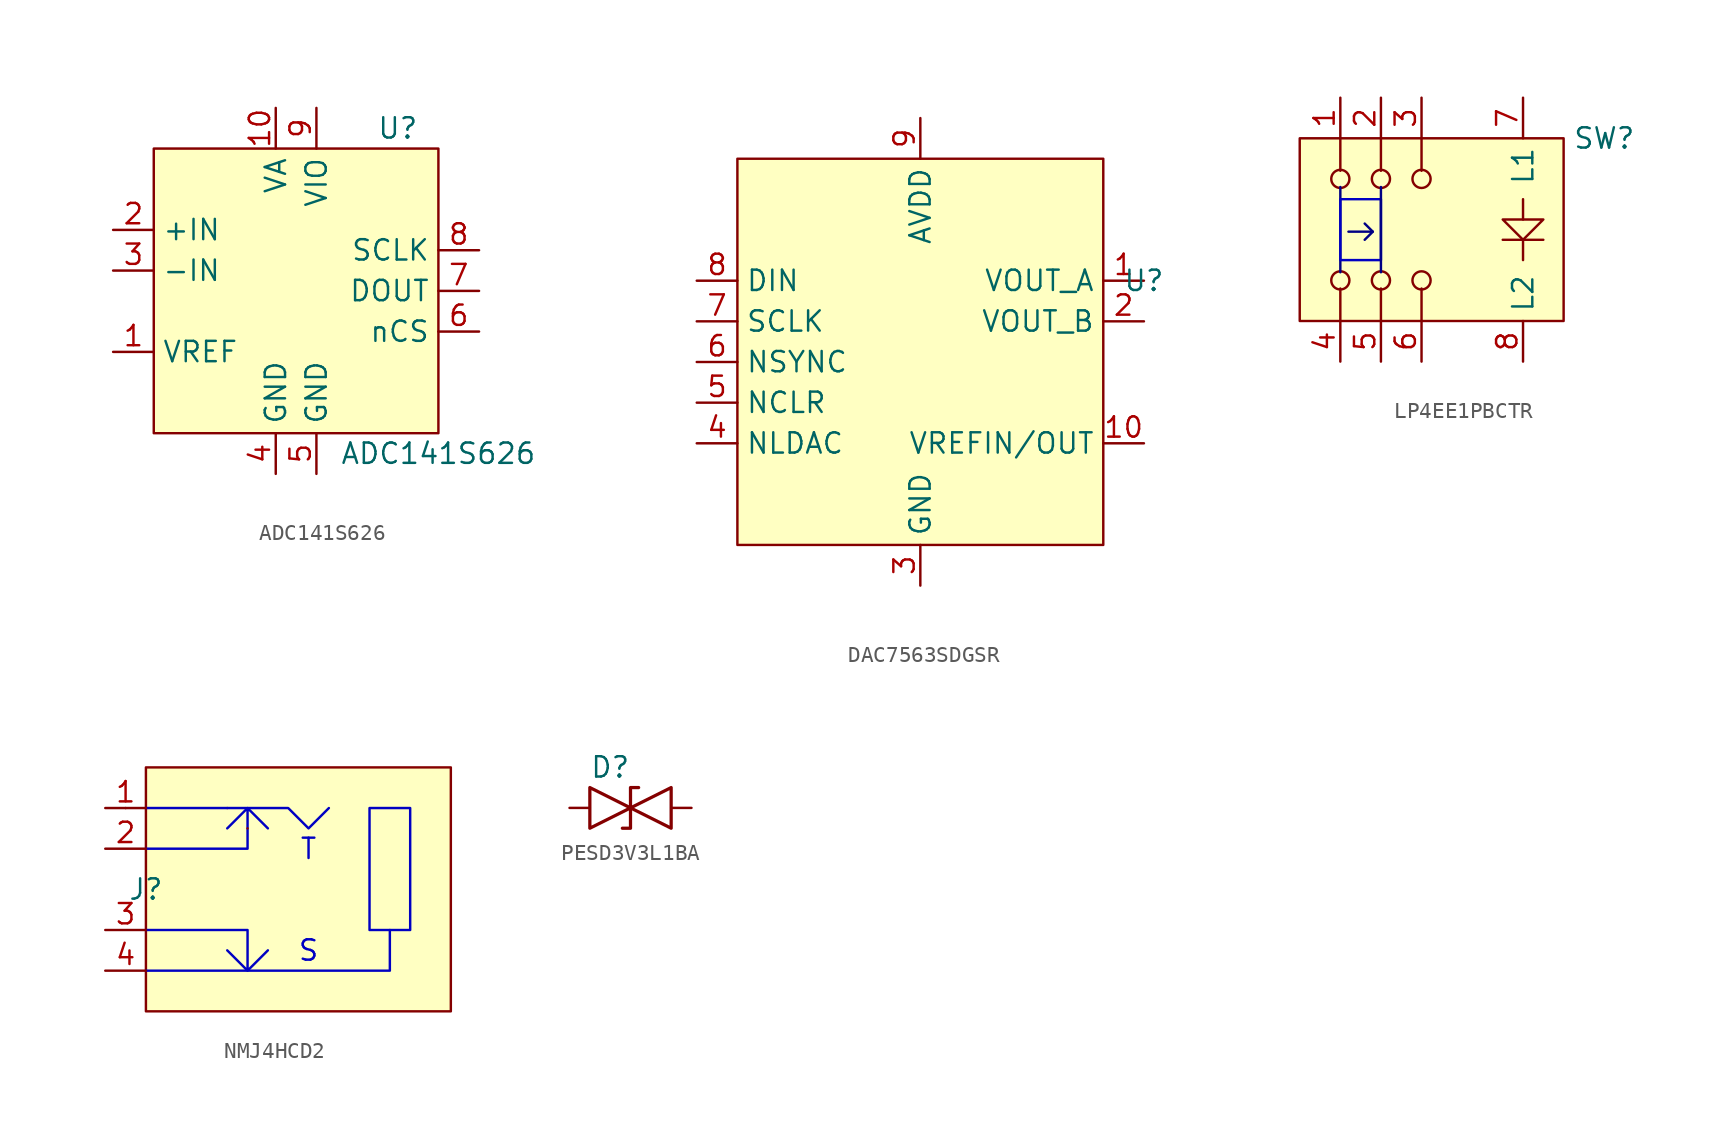
<source format=kicad_sym>
(kicad_symbol_lib
  (version 20220914)
  (generator kicad_symbol_editor)
  (symbol "ADC141S626"
    (property "Reference" "U"
      (at 6.35 10.16 0)
      (effects (font (size 1.27 1.27))))
    (property "Value" "ADC141S626"
      (at 8.89 -10.16 0)
      (effects (font (size 1.27 1.27))))
    (symbol "ADC141S626_1_1"
      (rectangle (start -8.89 8.89) (end 8.89 -8.89) (stroke (width 0) (type default)) (fill (type background)))
      (pin input line (at -11.43 -3.81 0) (length 2.54) (name "VREF" (effects (font (size 1.27 1.27)))) (number "1" (effects (font (size 1.27 1.27)))))
      (pin power_in line (at -1.27 11.43 270) (length 2.54) (name "VA" (effects (font (size 1.27 1.27)))) (number "10" (effects (font (size 1.27 1.27)))))
      (pin input line (at -11.43 3.81 0) (length 2.54) (name "+IN" (effects (font (size 1.27 1.27)))) (number "2" (effects (font (size 1.27 1.27)))))
      (pin input line (at -11.43 1.27 0) (length 2.54) (name "-IN" (effects (font (size 1.27 1.27)))) (number "3" (effects (font (size 1.27 1.27)))))
      (pin power_in line (at -1.27 -11.43 90) (length 2.54) (name "GND" (effects (font (size 1.27 1.27)))) (number "4" (effects (font (size 1.27 1.27)))))
      (pin power_in line (at 1.27 -11.43 90) (length 2.54) (name "GND" (effects (font (size 1.27 1.27)))) (number "5" (effects (font (size 1.27 1.27)))))
      (pin input line (at 11.43 -2.54 180) (length 2.54) (name "nCS" (effects (font (size 1.27 1.27)))) (number "6" (effects (font (size 1.27 1.27)))))
      (pin output line (at 11.43 0 180) (length 2.54) (name "DOUT" (effects (font (size 1.27 1.27)))) (number "7" (effects (font (size 1.27 1.27)))))
      (pin input line (at 11.43 2.54 180) (length 2.54) (name "SCLK" (effects (font (size 1.27 1.27)))) (number "8" (effects (font (size 1.27 1.27)))))
      (pin power_in line (at 1.27 11.43 270) (length 2.54) (name "VIO" (effects (font (size 1.27 1.27)))) (number "9" (effects (font (size 1.27 1.27)))))))
  (symbol "DAC7563SDGSR"
    (property "Reference" "U"
      (at 13.97 3.81 0)
      (effects (font (size 1.27 1.27))))
    (property "Value" ""
      (at 13.97 3.81 0)
      (effects (font (size 1.27 1.27))))
    (symbol "DAC7563SDGSR_0_0"
      (pin output line (at 13.97 3.81 180) (length 2.54) (name "VOUT_A" (effects (font (size 1.27 1.27)))) (number "1" (effects (font (size 1.27 1.27)))))
      (pin passive line (at 13.97 -6.35 180) (length 2.54) (name "VREFIN/OUT" (effects (font (size 1.27 1.27)))) (number "10" (effects (font (size 1.27 1.27)))))
      (pin output line (at 13.97 1.27 180) (length 2.54) (name "VOUT_B" (effects (font (size 1.27 1.27)))) (number "2" (effects (font (size 1.27 1.27)))))
      (pin power_in line (at 0 -15.24 90) (length 2.54) (name "GND" (effects (font (size 1.27 1.27)))) (number "3" (effects (font (size 1.27 1.27)))))
      (pin input line (at -13.97 -6.35 0) (length 2.54) (name "NLDAC" (effects (font (size 1.27 1.27)))) (number "4" (effects (font (size 1.27 1.27)))))
      (pin input line (at -13.97 -3.81 0) (length 2.54) (name "NCLR" (effects (font (size 1.27 1.27)))) (number "5" (effects (font (size 1.27 1.27)))))
      (pin input line (at -13.97 -1.27 0) (length 2.54) (name "NSYNC" (effects (font (size 1.27 1.27)))) (number "6" (effects (font (size 1.27 1.27)))))
      (pin input line (at -13.97 1.27 0) (length 2.54) (name "SCLK" (effects (font (size 1.27 1.27)))) (number "7" (effects (font (size 1.27 1.27)))))
      (pin input line (at -13.97 3.81 0) (length 2.54) (name "DIN" (effects (font (size 1.27 1.27)))) (number "8" (effects (font (size 1.27 1.27)))))
      (pin power_in line (at 0 13.97 270) (length 2.54) (name "AVDD" (effects (font (size 1.27 1.27)))) (number "9" (effects (font (size 1.27 1.27))))))
    (symbol "DAC7563SDGSR_1_1"
      (rectangle (start -11.43 11.43) (end 11.43 -12.7) (stroke (width 0) (type default)) (fill (type background)))))
  (symbol "LP4EE1PBCTR"
    (property "Reference" "SW"
      (at 11.43 6.35 0)
      (effects (font (size 1.27 1.27))))
    (property "Value" ""
      (at -5.08 8.89 90)
      (effects (font (size 1.27 1.27))))
    (symbol "LP4EE1PBCTR_0_0"
      (pin passive line (at -5.08 8.89 270) (length 2.54) (name "" (effects (font (size 1.27 1.27)))) (number "1" (effects (font (size 1.27 1.27)))))
      (pin passive line (at -2.54 8.89 270) (length 2.54) (name "" (effects (font (size 1.27 1.27)))) (number "2" (effects (font (size 1.27 1.27)))))
      (pin passive line (at 0 8.89 270) (length 2.54) (name "" (effects (font (size 1.27 1.27)))) (number "3" (effects (font (size 1.27 1.27)))))
      (pin passive line (at -5.08 -7.62 90) (length 2.54) (name "" (effects (font (size 1.27 1.27)))) (number "4" (effects (font (size 1.27 1.27)))))
      (pin passive line (at -2.54 -7.62 90) (length 2.54) (name "" (effects (font (size 1.27 1.27)))) (number "5" (effects (font (size 1.27 1.27)))))
      (pin passive line (at 0 -7.62 90) (length 2.54) (name "" (effects (font (size 1.27 1.27)))) (number "6" (effects (font (size 1.27 1.27)))))
      (pin passive line (at 6.35 -7.62 90) (length 2.54) (name "L2" (effects (font (size 1.27 1.27)))) (number "8" (effects (font (size 1.27 1.27))))))
    (symbol "LP4EE1PBCTR_0_1"
      (circle (center -5.08 -2.54) (radius 0.568) (stroke (width 0) (type default)) (fill (type none)))
      (circle (center -5.08 3.81) (radius 0.568) (stroke (width 0) (type default)) (fill (type none)))
      (circle (center -2.54 -2.54) (radius 0.568) (stroke (width 0) (type default)) (fill (type none)))
      (circle (center -2.54 3.81) (radius 0.568) (stroke (width 0) (type default)) (fill (type none)))
      (circle (center 0 -2.54) (radius 0.568) (stroke (width 0) (type default)) (fill (type none)))
      (polyline (pts (xy -5.08 -3.048) (xy -5.08 -5.08)) (stroke (width 0) (type default)) (fill (type none)))
      (polyline (pts (xy -5.08 4.318) (xy -5.08 6.35)) (stroke (width 0) (type default)) (fill (type none)))
      (polyline (pts (xy -2.54 -3.048) (xy -2.54 -5.08)) (stroke (width 0) (type default)) (fill (type none)))
      (polyline (pts (xy -2.54 4.318) (xy -2.54 6.35)) (stroke (width 0) (type default)) (fill (type none)))
      (polyline (pts (xy 0 -3.048) (xy 0 -5.08)) (stroke (width 0) (type default)) (fill (type none)))
      (polyline (pts (xy 0 4.318) (xy 0 6.35)) (stroke (width 0) (type default)) (fill (type none)))
      (polyline (pts (xy 5.08 0) (xy 7.62 0)) (stroke (width 0) (type default)) (fill (type none)))
      (polyline (pts (xy 6.35 0) (xy 6.35 -1.27)) (stroke (width 0) (type default)) (fill (type none)))
      (polyline (pts (xy 6.35 2.54) (xy 6.35 1.27)) (stroke (width 0) (type default)) (fill (type none)))
      (polyline (pts (xy 5.08 1.27) (xy 6.35 0) (xy 7.62 1.27) (xy 5.08 1.27)) (stroke (width 0) (type default)) (fill (type none)))
      (circle (center 0 3.81) (radius 0.568) (stroke (width 0) (type default)) (fill (type none))))
    (symbol "LP4EE1PBCTR_1_0"
      (pin passive line (at 6.35 8.89 270) (length 2.54) (name "L1" (effects (font (size 1.27 1.27)))) (number "7" (effects (font (size 1.27 1.27))))))
    (symbol "LP4EE1PBCTR_1_1"
      (rectangle (start -7.62 6.35) (end 8.89 -5.08) (stroke (width 0) (type default)) (fill (type background)))
      (rectangle (start -5.08 2.54) (end -2.54 -1.27) (stroke (width 0) (type default) (color 0 0 194 1)) (fill (type none)))
      (polyline (pts (xy -5.08 3.302) (xy -5.08 -2.032)) (stroke (width 0) (type default) (color 0 0 132 1)) (fill (type none)))
      (polyline (pts (xy -3.048 0.508) (xy -3.556 1.016)) (stroke (width 0) (type default) (color 0 0 132 1)) (fill (type none)))
      (polyline (pts (xy -2.54 3.302) (xy -2.54 -2.032)) (stroke (width 0) (type default) (color 0 0 132 1)) (fill (type none)))
      (polyline (pts (xy -4.572 0.508) (xy -3.048 0.508) (xy -3.556 0)) (stroke (width 0) (type default) (color 0 0 132 1)) (fill (type none)))))
  (symbol "NMJ4HCD2"
    (property "Reference" "J"
      (at 0 0 0)
      (effects (font (size 1.27 1.27))))
    (property "Value" ""
      (at 0 0 0)
      (effects (font (size 1.27 1.27))))
    (symbol "NMJ4HCD2_0_1"
      (rectangle (start -1.27 5.08) (end -1.27 5.08) (stroke (width 0) (type default)) (fill (type none)))
      (polyline (pts (xy 5.08 5.08) (xy 5.08 5.08)) (stroke (width 0) (type default)) (fill (type none))))
    (symbol "NMJ4HCD2_1_1"
      (polyline (pts (xy 6.35 3.81) (xy 6.35 3.81)) (stroke (width 0) (type default)) (fill (type none)))
      (polyline (pts (xy 15.24 -2.54) (xy 15.24 -5.08) (xy 0 -5.08)) (stroke (width 0) (type default) (color 0 0 194 1)) (fill (type none)))
      (polyline (pts (xy 0 5.08) (xy 8.89 5.08) (xy 10.16 3.81) (xy 11.43 5.08)) (stroke (width 0) (type default) (color 0 0 194 1)) (fill (type none)))
      (polyline (pts (xy 0 -2.54) (xy 6.35 -2.54) (xy 6.35 -5.08) (xy 7.62 -3.81) (xy 6.35 -5.08) (xy 5.08 -3.81)) (stroke (width 0) (type default) (color 0 0 194 1)) (fill (type none)))
      (polyline (pts (xy 0 2.54) (xy 6.35 2.54) (xy 6.35 5.08) (xy 5.08 3.81) (xy 6.35 5.08) (xy 7.62 3.81)) (stroke (width 0) (type default) (color 0 0 194 1)) (fill (type none)))
      (rectangle (start 0 7.62) (end 19.05 -7.62) (stroke (width 0) (type default)) (fill (type background)))
      (rectangle (start 13.97 5.08) (end 16.51 -2.54) (stroke (width 0) (type default) (color 0 0 194 1)) (fill (type none)))
      (text "S" (at 10.16 -3.81 0) (effects (font (size 1.27 1.27) (color 0 0 194 1))))
      (text "T" (at 10.16 2.54 0) (effects (font (size 1.27 1.27) (color 0 0 194 1))))
      (pin input line (at -2.54 5.08 0) (length 2.54) (name "" (effects (font (size 1.27 1.27)))) (number "1" (effects (font (size 1.27 1.27)))))
      (pin input line (at -2.54 2.54 0) (length 2.54) (name "" (effects (font (size 1.27 1.27)))) (number "2" (effects (font (size 1.27 1.27)))))
      (pin input line (at -2.54 -2.54 0) (length 2.54) (name "" (effects (font (size 1.27 1.27)))) (number "3" (effects (font (size 1.27 1.27)))))
      (pin input line (at -2.54 -5.08 0) (length 2.54) (name "" (effects (font (size 1.27 1.27)))) (number "4" (effects (font (size 1.27 1.27)))))))
  (symbol "PESD3V3L1BA"
    (property "Reference" "D"
      (at -1.27 2.54 0)
      (effects (font (size 1.27 1.27))))
    (property "Value" ""
      (at 0 0 0)
      (effects (font (size 1.27 1.27))))
    (symbol "PESD3V3L1BA_0_1"
      (polyline (pts (xy -2.54 0) (xy -3.81 0)) (stroke (width 0) (type default)) (fill (type none)))
      (polyline (pts (xy 2.54 0) (xy 3.81 0)) (stroke (width 0) (type default)) (fill (type none)))
      (polyline (pts (xy -2.54 -1.27) (xy 0 0) (xy -2.54 1.27) (xy -2.54 -1.27)) (stroke (width 0.203) (type default)) (fill (type none)))
      (polyline (pts (xy 0.508 1.27) (xy 0 1.27) (xy 0 -1.27) (xy -0.508 -1.27)) (stroke (width 0.203) (type default)) (fill (type none)))
      (polyline (pts (xy 2.54 1.27) (xy 2.54 -1.27) (xy 0 0) (xy 2.54 1.27)) (stroke (width 0.203) (type default)) (fill (type none))))
    (symbol "PESD3V3L1BA_1_1"
      (pin passive line (at -3.81 0 0) (length 2.54) hide (name "A1" (effects (font (size 1.27 1.27)))) (number "1" (effects (font (size 1.27 1.27)))))
      (pin passive line (at 3.81 0 180) (length 2.54) hide (name "A2" (effects (font (size 1.27 1.27)))) (number "2" (effects (font (size 1.27 1.27))))))))
</source>
